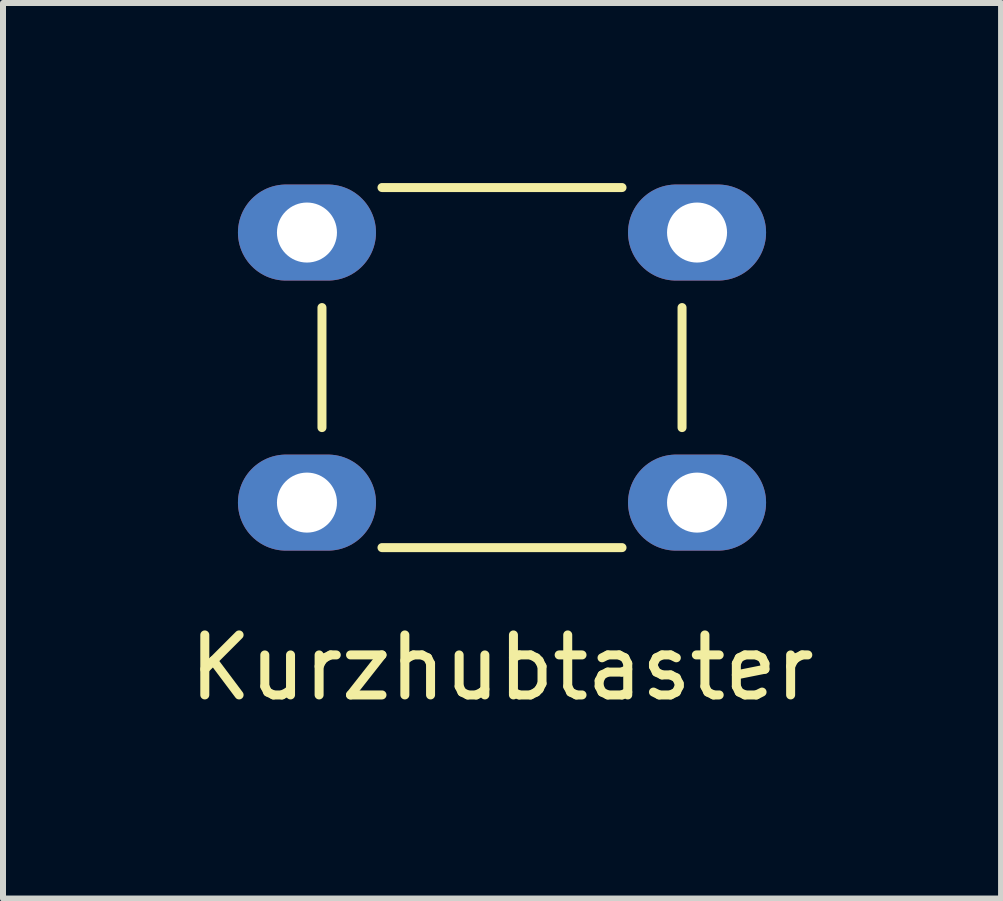
<source format=kicad_pcb>
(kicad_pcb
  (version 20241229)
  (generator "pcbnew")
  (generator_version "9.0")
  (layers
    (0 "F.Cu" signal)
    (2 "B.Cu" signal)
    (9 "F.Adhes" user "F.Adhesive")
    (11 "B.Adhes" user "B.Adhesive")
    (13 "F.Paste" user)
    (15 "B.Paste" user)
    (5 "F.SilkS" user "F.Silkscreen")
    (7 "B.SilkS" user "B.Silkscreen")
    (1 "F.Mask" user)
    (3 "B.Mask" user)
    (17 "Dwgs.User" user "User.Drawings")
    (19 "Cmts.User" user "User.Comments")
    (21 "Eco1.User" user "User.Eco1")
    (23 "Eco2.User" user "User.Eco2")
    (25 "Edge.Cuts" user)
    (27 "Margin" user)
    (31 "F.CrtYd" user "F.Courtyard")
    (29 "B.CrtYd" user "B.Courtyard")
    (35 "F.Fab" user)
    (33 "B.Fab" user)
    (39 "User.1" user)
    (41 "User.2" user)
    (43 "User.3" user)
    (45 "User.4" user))
  (footprint "Kurzhubtaster"
    (layer "F.Cu")
    (at 5.315 3.075)
    (property "Reference" "Kurzhubtaster" (at 0 5 0) (layer "F.SilkS") (effects (font (size 1 1) (thickness 0.15))))
    (attr through_hole)
    (fp_line (start -3 -1) (end -3 1) (stroke (width 0.15) (type solid)) (layer "F.SilkS"))
    (fp_line (start -2 -3) (end 2 -3) (stroke (width 0.15) (type solid)) (layer "F.SilkS"))
    (fp_line (start -2 3) (end 2 3) (stroke (width 0.15) (type solid)) (layer "F.SilkS"))
    (fp_line (start 3 -1) (end 3 1) (stroke (width 0.15) (type solid)) (layer "F.SilkS"))
    (pad "1" thru_hole oval (at -3.25 2.25) (size 2.3 1.6) (drill 1) (layers "*.Cu" "*.Mask"))
    (pad "2" thru_hole oval (at -3.25 -2.25) (size 2.3 1.6) (drill 1) (layers "*.Cu" "*.Mask"))
    (pad "3" thru_hole oval (at 3.25 2.25) (size 2.3 1.6) (drill 1) (layers "*.Cu" "*.Mask"))
    (pad "4" thru_hole oval (at 3.25 -2.25) (size 2.3 1.6) (drill 1) (layers "*.Cu" "*.Mask")))
  (gr_rect
    (start -3 -3)
    (end 13.631 11.923)
    (stroke (width 0.1) (type default))
    (fill no)
    (layer "Edge.Cuts")))
</source>
